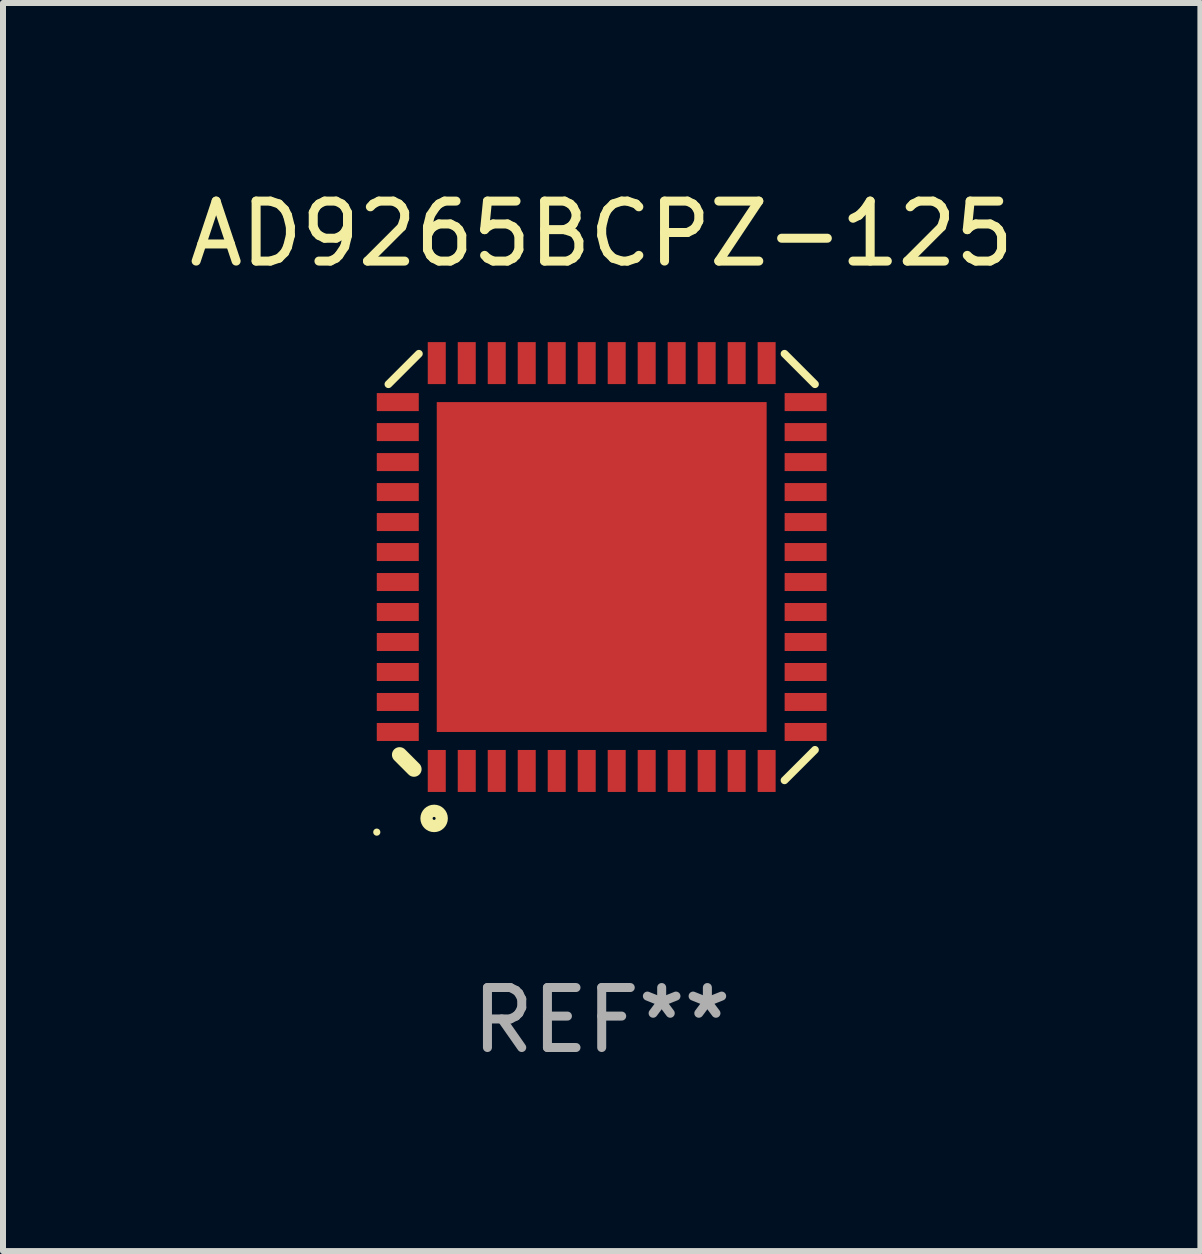
<source format=kicad_pcb>
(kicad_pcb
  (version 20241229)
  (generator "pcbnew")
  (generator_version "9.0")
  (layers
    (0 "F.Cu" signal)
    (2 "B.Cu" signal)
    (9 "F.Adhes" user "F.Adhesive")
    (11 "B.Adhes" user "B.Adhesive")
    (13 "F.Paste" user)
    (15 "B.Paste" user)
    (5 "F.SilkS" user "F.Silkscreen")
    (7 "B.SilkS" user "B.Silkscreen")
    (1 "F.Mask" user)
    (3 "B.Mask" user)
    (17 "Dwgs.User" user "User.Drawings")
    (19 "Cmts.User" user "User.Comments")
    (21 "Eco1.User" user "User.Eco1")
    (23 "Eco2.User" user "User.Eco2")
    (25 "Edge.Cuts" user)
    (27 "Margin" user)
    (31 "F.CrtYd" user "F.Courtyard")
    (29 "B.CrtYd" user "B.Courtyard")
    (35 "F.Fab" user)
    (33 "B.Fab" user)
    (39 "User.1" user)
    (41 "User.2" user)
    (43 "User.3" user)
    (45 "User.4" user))
  (footprint "AD9265BCPZ-125"
    (layer "F.Cu")
    (at 6.982 6.404)
    (property "Reference" "AD9265BCPZ-125" (at 0 -5.556 0) (layer "F.SilkS") (effects (font (size 1 1) (thickness 0.15))))
    (attr through_hole)
    (fp_line (start -3.37 3.13) (end -3.13 3.37) (stroke (width 0.254) (type solid)) (layer "F.SilkS"))
    (fp_line (start -3.048 -3.556) (end -3.556 -3.048) (stroke (width 0.129) (type solid)) (layer "F.SilkS"))
    (fp_line (start 3.048 3.556) (end 3.556 3.048) (stroke (width 0.129) (type solid)) (layer "F.SilkS"))
    (fp_line (start 3.556 -3.048) (end 3.048 -3.556) (stroke (width 0.129) (type solid)) (layer "F.SilkS"))
    (fp_circle (center -3.75 4.42) (end -3.72 4.42) (stroke (width 0.06) (type solid)) (fill no) (layer "F.SilkS"))
    (fp_circle (center -2.794 4.191) (end -2.667 4.191) (stroke (width 0.204) (type solid)) (fill no) (layer "F.SilkS"))
    (fp_text user "REF**" (at 0 7.556 0) (layer "F.Fab") (effects (font (size 1 1) (thickness 0.15))))
    (pad "1" smd rect (at -2.75 3.4) (size 0.3 0.7) (layers "F.Cu" "F.Mask" "F.Paste"))
    (pad "2" smd rect (at -2.25 3.4) (size 0.3 0.7) (layers "F.Cu" "F.Mask" "F.Paste"))
    (pad "3" smd rect (at -1.75 3.4) (size 0.3 0.7) (layers "F.Cu" "F.Mask" "F.Paste"))
    (pad "4" smd rect (at -1.25 3.4) (size 0.3 0.7) (layers "F.Cu" "F.Mask" "F.Paste"))
    (pad "5" smd rect (at -0.75 3.4) (size 0.3 0.7) (layers "F.Cu" "F.Mask" "F.Paste"))
    (pad "6" smd rect (at -0.25 3.4) (size 0.3 0.7) (layers "F.Cu" "F.Mask" "F.Paste"))
    (pad "7" smd rect (at 0.25 3.4) (size 0.3 0.7) (layers "F.Cu" "F.Mask" "F.Paste"))
    (pad "8" smd rect (at 0.75 3.4) (size 0.3 0.7) (layers "F.Cu" "F.Mask" "F.Paste"))
    (pad "9" smd rect (at 1.25 3.4) (size 0.3 0.7) (layers "F.Cu" "F.Mask" "F.Paste"))
    (pad "10" smd rect (at 1.75 3.4) (size 0.3 0.7) (layers "F.Cu" "F.Mask" "F.Paste"))
    (pad "11" smd rect (at 2.25 3.4) (size 0.3 0.7) (layers "F.Cu" "F.Mask" "F.Paste"))
    (pad "12" smd rect (at 2.75 3.4) (size 0.3 0.7) (layers "F.Cu" "F.Mask" "F.Paste"))
    (pad "13" smd rect (at 3.4 2.75) (size 0.7 0.3) (layers "F.Cu" "F.Mask" "F.Paste"))
    (pad "14" smd rect (at 3.4 2.25) (size 0.7 0.3) (layers "F.Cu" "F.Mask" "F.Paste"))
    (pad "15" smd rect (at 3.4 1.75) (size 0.7 0.3) (layers "F.Cu" "F.Mask" "F.Paste"))
    (pad "16" smd rect (at 3.4 1.25) (size 0.7 0.3) (layers "F.Cu" "F.Mask" "F.Paste"))
    (pad "17" smd rect (at 3.4 0.75) (size 0.7 0.3) (layers "F.Cu" "F.Mask" "F.Paste"))
    (pad "18" smd rect (at 3.4 0.25) (size 0.7 0.3) (layers "F.Cu" "F.Mask" "F.Paste"))
    (pad "19" smd rect (at 3.4 -0.25) (size 0.7 0.3) (layers "F.Cu" "F.Mask" "F.Paste"))
    (pad "20" smd rect (at 3.4 -0.75) (size 0.7 0.3) (layers "F.Cu" "F.Mask" "F.Paste"))
    (pad "21" smd rect (at 3.4 -1.25) (size 0.7 0.3) (layers "F.Cu" "F.Mask" "F.Paste"))
    (pad "22" smd rect (at 3.4 -1.75) (size 0.7 0.3) (layers "F.Cu" "F.Mask" "F.Paste"))
    (pad "23" smd rect (at 3.4 -2.25) (size 0.7 0.3) (layers "F.Cu" "F.Mask" "F.Paste"))
    (pad "24" smd rect (at 3.4 -2.75) (size 0.7 0.3) (layers "F.Cu" "F.Mask" "F.Paste"))
    (pad "25" smd rect (at 2.75 -3.4) (size 0.3 0.7) (layers "F.Cu" "F.Mask" "F.Paste"))
    (pad "26" smd rect (at 2.25 -3.4) (size 0.3 0.7) (layers "F.Cu" "F.Mask" "F.Paste"))
    (pad "27" smd rect (at 1.75 -3.4) (size 0.3 0.7) (layers "F.Cu" "F.Mask" "F.Paste"))
    (pad "28" smd rect (at 1.25 -3.4) (size 0.3 0.7) (layers "F.Cu" "F.Mask" "F.Paste"))
    (pad "29" smd rect (at 0.75 -3.4) (size 0.3 0.7) (layers "F.Cu" "F.Mask" "F.Paste"))
    (pad "30" smd rect (at 0.25 -3.4) (size 0.3 0.7) (layers "F.Cu" "F.Mask" "F.Paste"))
    (pad "31" smd rect (at -0.25 -3.4) (size 0.3 0.7) (layers "F.Cu" "F.Mask" "F.Paste"))
    (pad "32" smd rect (at -0.75 -3.4) (size 0.3 0.7) (layers "F.Cu" "F.Mask" "F.Paste"))
    (pad "33" smd rect (at -1.25 -3.4) (size 0.3 0.7) (layers "F.Cu" "F.Mask" "F.Paste"))
    (pad "34" smd rect (at -1.75 -3.4) (size 0.3 0.7) (layers "F.Cu" "F.Mask" "F.Paste"))
    (pad "35" smd rect (at -2.25 -3.4) (size 0.3 0.7) (layers "F.Cu" "F.Mask" "F.Paste"))
    (pad "36" smd rect (at -2.75 -3.4) (size 0.3 0.7) (layers "F.Cu" "F.Mask" "F.Paste"))
    (pad "37" smd rect (at -3.4 -2.75) (size 0.7 0.3) (layers "F.Cu" "F.Mask" "F.Paste"))
    (pad "38" smd rect (at -3.4 -2.25) (size 0.7 0.3) (layers "F.Cu" "F.Mask" "F.Paste"))
    (pad "39" smd rect (at -3.4 -1.75) (size 0.7 0.3) (layers "F.Cu" "F.Mask" "F.Paste"))
    (pad "40" smd rect (at -3.4 -1.25) (size 0.7 0.3) (layers "F.Cu" "F.Mask" "F.Paste"))
    (pad "41" smd rect (at -3.4 -0.75) (size 0.7 0.3) (layers "F.Cu" "F.Mask" "F.Paste"))
    (pad "42" smd rect (at -3.4 -0.25) (size 0.7 0.3) (layers "F.Cu" "F.Mask" "F.Paste"))
    (pad "43" smd rect (at -3.4 0.25) (size 0.7 0.3) (layers "F.Cu" "F.Mask" "F.Paste"))
    (pad "44" smd rect (at -3.4 0.75) (size 0.7 0.3) (layers "F.Cu" "F.Mask" "F.Paste"))
    (pad "45" smd rect (at -3.4 1.25) (size 0.7 0.3) (layers "F.Cu" "F.Mask" "F.Paste"))
    (pad "46" smd rect (at -3.4 1.75) (size 0.7 0.3) (layers "F.Cu" "F.Mask" "F.Paste"))
    (pad "47" smd rect (at -3.4 2.25) (size 0.7 0.3) (layers "F.Cu" "F.Mask" "F.Paste"))
    (pad "48" smd rect (at -3.4 2.75) (size 0.7 0.3) (layers "F.Cu" "F.Mask" "F.Paste"))
    (pad "49" smd rect (at 0 0) (size 5.5 5.5) (layers "F.Cu" "F.Mask" "F.Paste")))
  (gr_rect
    (start -3 -3)
    (end 16.964 17.809)
    (stroke (width 0.1) (type default))
    (fill no)
    (layer "Edge.Cuts")))
</source>
